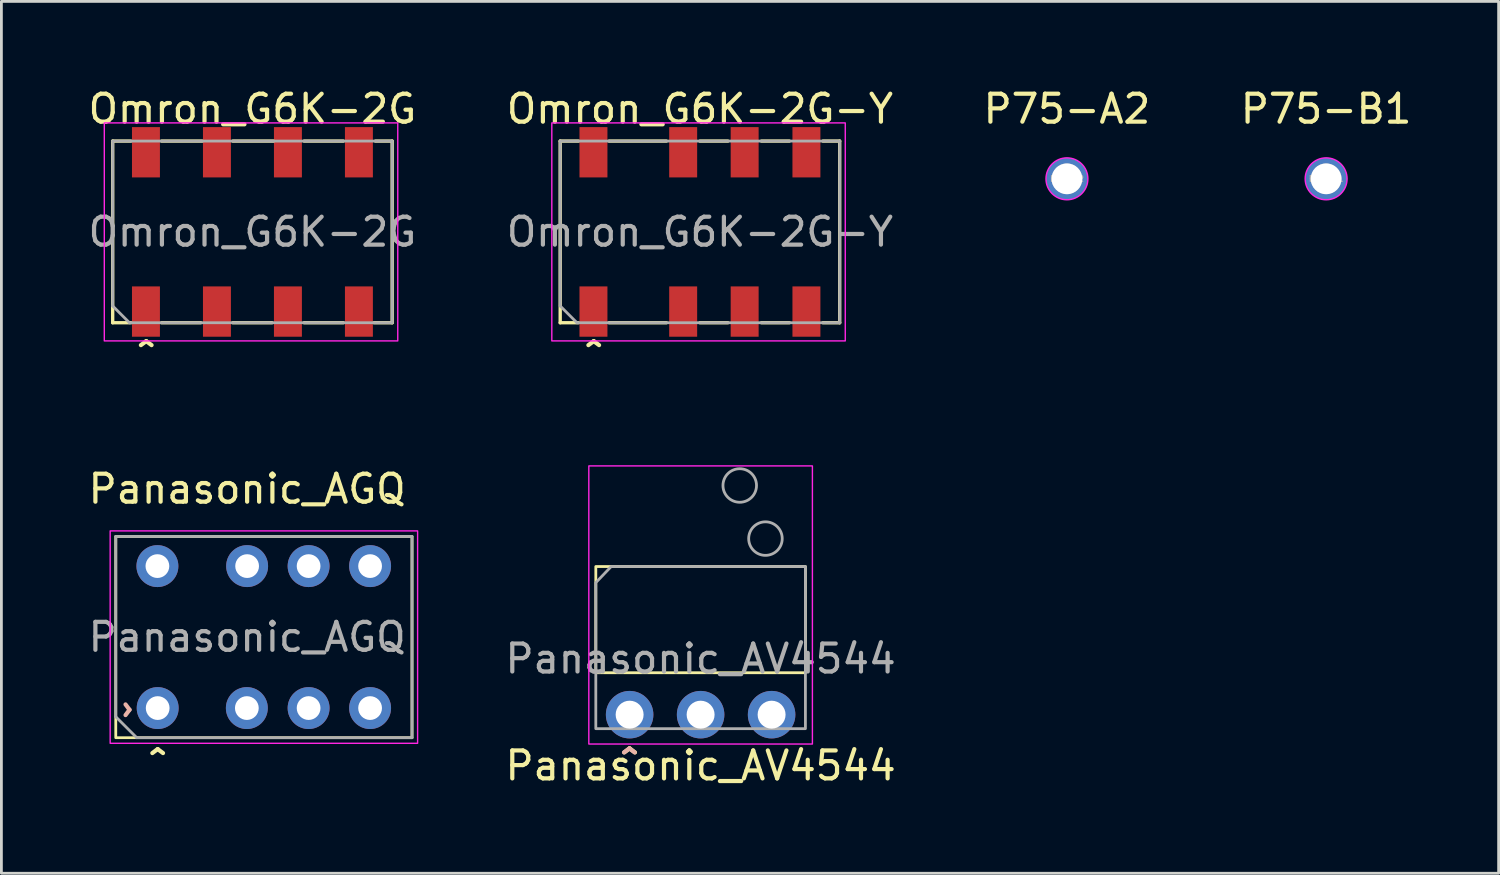
<source format=kicad_pcb>
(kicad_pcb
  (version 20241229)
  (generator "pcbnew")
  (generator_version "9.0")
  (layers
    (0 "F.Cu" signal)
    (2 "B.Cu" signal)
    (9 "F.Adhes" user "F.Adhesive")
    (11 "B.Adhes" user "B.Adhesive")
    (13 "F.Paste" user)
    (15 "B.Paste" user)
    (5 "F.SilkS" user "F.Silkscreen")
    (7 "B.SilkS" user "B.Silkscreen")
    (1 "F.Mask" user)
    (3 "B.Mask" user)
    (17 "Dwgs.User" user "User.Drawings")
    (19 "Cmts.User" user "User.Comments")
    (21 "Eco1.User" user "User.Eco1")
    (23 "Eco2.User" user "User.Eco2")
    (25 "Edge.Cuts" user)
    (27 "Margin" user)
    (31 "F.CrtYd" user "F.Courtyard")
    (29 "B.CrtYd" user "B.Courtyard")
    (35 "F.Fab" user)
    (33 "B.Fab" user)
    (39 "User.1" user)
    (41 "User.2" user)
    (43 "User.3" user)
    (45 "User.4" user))
  (footprint "Omron_G6K-2G"
    (layer "F.Cu")
    (at 5.982 5.248)
    (property "Reference" "Omron_G6K-2G" (at 0 -4.4 0) (unlocked yes) (layer "F.SilkS") (effects (font (size 1 1) (thickness 0.15))))
    (attr smd)
    (fp_line (start -5 -3.25) (end -5 3.25) (stroke (width 0.12) (type solid)) (layer "F.SilkS"))
    (fp_line (start -5 3.25) (end -4.35 3.25) (stroke (width 0.12) (type solid)) (layer "F.SilkS"))
    (fp_line (start -4.35 -3.25) (end -5 -3.25) (stroke (width 0.12) (type solid)) (layer "F.SilkS"))
    (fp_line (start -3.25 3.25) (end -1.85 3.25) (stroke (width 0.12) (type solid)) (layer "F.SilkS"))
    (fp_line (start -1.8 -3.25) (end -3.25 -3.25) (stroke (width 0.12) (type solid)) (layer "F.SilkS"))
    (fp_line (start -0.7 3.25) (end 0.7 3.25) (stroke (width 0.12) (type solid)) (layer "F.SilkS"))
    (fp_line (start 0.75 -3.25) (end -0.7 -3.25) (stroke (width 0.12) (type solid)) (layer "F.SilkS"))
    (fp_line (start 1.85 3.25) (end 3.25 3.25) (stroke (width 0.12) (type solid)) (layer "F.SilkS"))
    (fp_line (start 3.25 -3.25) (end 1.85 -3.25) (stroke (width 0.12) (type solid)) (layer "F.SilkS"))
    (fp_line (start 4.35 3.25) (end 5 3.25) (stroke (width 0.12) (type solid)) (layer "F.SilkS"))
    (fp_line (start 5 -3.25) (end 4.4 -3.25) (stroke (width 0.12) (type solid)) (layer "F.SilkS"))
    (fp_line (start 5 3.25) (end 5 -3.25) (stroke (width 0.12) (type solid)) (layer "F.SilkS"))
    (fp_rect (start -5.3 -3.9) (end 5.2 3.9) (stroke (width 0.05) (type solid)) (fill no) (layer "F.CrtYd"))
    (fp_line (start -5 -3.25) (end 5 -3.25) (stroke (width 0.1) (type solid)) (layer "F.Fab"))
    (fp_line (start -5 2.65) (end -5 -3.25) (stroke (width 0.1) (type solid)) (layer "F.Fab"))
    (fp_line (start -4.4 3.25) (end -5 2.65) (stroke (width 0.1) (type solid)) (layer "F.Fab"))
    (fp_line (start 5 -3.25) (end 5 3.25) (stroke (width 0.1) (type solid)) (layer "F.Fab"))
    (fp_line (start 5 3.25) (end -4.4 3.25) (stroke (width 0.1) (type solid)) (layer "F.Fab"))
    (fp_text user "^" (at -3.8 4.5 0) (unlocked yes) (layer "F.SilkS") (effects (font (size 1 1) (thickness 0.15))))
    (fp_text user "${REFERENCE}" (at 0 0 0) (unlocked yes) (layer "F.Fab") (effects (font (size 1 1) (thickness 0.15))))
    (pad "1" smd rect (at -3.81 2.85) (size 1 1.8) (layers "F.Cu" "F.Mask" "F.Paste"))
    (pad "2" smd rect (at -1.27 2.85) (size 1 1.8) (layers "F.Cu" "F.Mask" "F.Paste"))
    (pad "3" smd rect (at 1.27 2.85) (size 1 1.8) (layers "F.Cu" "F.Mask" "F.Paste"))
    (pad "4" smd rect (at 3.81 2.85) (size 1 1.8) (layers "F.Cu" "F.Mask" "F.Paste"))
    (pad "5" smd rect (at 3.81 -2.85) (size 1 1.8) (layers "F.Cu" "F.Mask" "F.Paste"))
    (pad "6" smd rect (at 1.27 -2.85) (size 1 1.8) (layers "F.Cu" "F.Mask" "F.Paste"))
    (pad "7" smd rect (at -1.27 -2.85) (size 1 1.8) (layers "F.Cu" "F.Mask" "F.Paste"))
    (pad "8" smd rect (at -3.81 -2.85) (size 1 1.8) (layers "F.Cu" "F.Mask" "F.Paste")))
  (footprint "P75-A2"
    (layer "F.Cu")
    (at 35.125 3.348)
    (property "Reference" "P75-A2" (at 0 -2.5 0) (unlocked yes) (layer "F.SilkS") (effects (font (size 1 1) (thickness 0.15))))
    (fp_circle (center 0 0) (end 0 -0.75) (stroke (width 0.05) (type solid)) (fill no) (layer "F.CrtYd"))
    (fp_circle (center 0 0) (end 0 -0.5) (stroke (width 0.1) (type solid)) (fill no) (layer "F.Fab"))
    (fp_text user "${REFERENCE}" (at 0 0 0) (unlocked yes) (layer "F.Fab") (effects (font (size 0.2 0.2) (thickness 0.05))))
    (pad "1" thru_hole circle (at 0 0) (size 1.5 1.5) (drill 1.1) (layers "*.Cu" "*.Mask")))
  (footprint "P75-B1"
    (layer "F.Cu")
    (at 44.399 3.348)
    (property "Reference" "P75-B1" (at 0 -2.5 0) (unlocked yes) (layer "F.SilkS") (effects (font (size 1 1) (thickness 0.15))))
    (fp_circle (center 0 0) (end 0 -0.75) (stroke (width 0.05) (type solid)) (fill no) (layer "F.CrtYd"))
    (fp_circle (center 0 0) (end 0 -0.5) (stroke (width 0.1) (type solid)) (fill no) (layer "F.Fab"))
    (fp_text user "${REFERENCE}" (at 0 0 0) (unlocked yes) (layer "F.Fab") (effects (font (size 0.2 0.2) (thickness 0.05))))
    (pad "1" thru_hole circle (at 0 0) (size 1.5 1.5) (drill 1.1) (layers "*.Cu" "*.Mask")))
  (footprint "Omron_G6K-2G-Y"
    (layer "F.Cu")
    (at 21.994 5.248)
    (property "Reference" "Omron_G6K-2G-Y" (at 0 -4.4 0) (unlocked yes) (layer "F.SilkS") (effects (font (size 1 1) (thickness 0.15))))
    (attr smd)
    (fp_line (start -5 -3.25) (end -5 3.25) (stroke (width 0.12) (type solid)) (layer "F.SilkS"))
    (fp_line (start -5 3.25) (end -4.35 3.25) (stroke (width 0.12) (type solid)) (layer "F.SilkS"))
    (fp_line (start -4.35 -3.25) (end -5 -3.25) (stroke (width 0.12) (type solid)) (layer "F.SilkS"))
    (fp_line (start -3.25 3.25) (end -1.2 3.25) (stroke (width 0.12) (type solid)) (layer "F.SilkS"))
    (fp_line (start -1.2 -3.25) (end -3.25 -3.25) (stroke (width 0.12) (type solid)) (layer "F.SilkS"))
    (fp_line (start 0 3.25) (end 1 3.25) (stroke (width 0.12) (type solid)) (layer "F.SilkS"))
    (fp_line (start 1 -3.25) (end 0 -3.25) (stroke (width 0.12) (type solid)) (layer "F.SilkS"))
    (fp_line (start 2.2 3.25) (end 3.2 3.25) (stroke (width 0.12) (type solid)) (layer "F.SilkS"))
    (fp_line (start 3.2 -3.25) (end 2.2 -3.25) (stroke (width 0.12) (type solid)) (layer "F.SilkS"))
    (fp_line (start 4.4 3.25) (end 5 3.25) (stroke (width 0.12) (type solid)) (layer "F.SilkS"))
    (fp_line (start 5 -3.25) (end 4.4 -3.25) (stroke (width 0.12) (type solid)) (layer "F.SilkS"))
    (fp_line (start 5 3.25) (end 5 -3.25) (stroke (width 0.12) (type solid)) (layer "F.SilkS"))
    (fp_rect (start -5.3 -3.9) (end 5.2 3.9) (stroke (width 0.05) (type solid)) (fill no) (layer "F.CrtYd"))
    (fp_line (start -5 -3.25) (end 5 -3.25) (stroke (width 0.1) (type solid)) (layer "F.Fab"))
    (fp_line (start -5 2.65) (end -5 -3.25) (stroke (width 0.1) (type solid)) (layer "F.Fab"))
    (fp_line (start -4.4 3.25) (end -5 2.65) (stroke (width 0.1) (type solid)) (layer "F.Fab"))
    (fp_line (start 5 -3.25) (end 5 3.25) (stroke (width 0.1) (type solid)) (layer "F.Fab"))
    (fp_line (start 5 3.25) (end -4.4 3.25) (stroke (width 0.1) (type solid)) (layer "F.Fab"))
    (fp_text user "^" (at -3.8 4.5 0) (unlocked yes) (layer "F.SilkS") (effects (font (size 1 1) (thickness 0.15))))
    (fp_text user "${REFERENCE}" (at 0 0 0) (unlocked yes) (layer "F.Fab") (effects (font (size 1 1) (thickness 0.15))))
    (pad "1" smd rect (at -3.81 2.85) (size 1 1.8) (layers "F.Cu" "F.Mask" "F.Paste"))
    (pad "2" smd rect (at -0.6 2.85) (size 1 1.8) (layers "F.Cu" "F.Mask" "F.Paste"))
    (pad "3" smd rect (at 1.6 2.85) (size 1 1.8) (layers "F.Cu" "F.Mask" "F.Paste"))
    (pad "4" smd rect (at 3.81 2.85) (size 1 1.8) (layers "F.Cu" "F.Mask" "F.Paste"))
    (pad "5" smd rect (at 3.81 -2.85) (size 1 1.8) (layers "F.Cu" "F.Mask" "F.Paste"))
    (pad "6" smd rect (at 1.6 -2.85) (size 1 1.8) (layers "F.Cu" "F.Mask" "F.Paste"))
    (pad "7" smd rect (at -0.6 -2.85) (size 1 1.8) (layers "F.Cu" "F.Mask" "F.Paste"))
    (pad "8" smd rect (at -3.81 -2.85) (size 1 1.8) (layers "F.Cu" "F.Mask" "F.Paste")))
  (footprint "Panasonic_AGQ"
    (layer "F.Cu")
    (at 5.792 19.745)
    (property "Reference" "Panasonic_AGQ" (at 0 -5.3 0) (unlocked yes) (layer "F.SilkS") (effects (font (size 1 1) (thickness 0.15))))
    (attr through_hole)
    (fp_rect (start 5.9 3.6) (end -4.7 -3.6) (stroke (width 0.1) (type solid)) (fill no) (layer "F.SilkS"))
    (fp_rect (start -4.9 3.8) (end 6.1 -3.8) (stroke (width 0.05) (type solid)) (fill no) (layer "F.CrtYd"))
    (fp_line (start -4.7 -3.6) (end 5.9 -3.6) (stroke (width 0.1) (type solid)) (layer "F.Fab"))
    (fp_line (start -4.7 2.85) (end -4.7 -3.6) (stroke (width 0.1) (type solid)) (layer "F.Fab"))
    (fp_line (start -3.95 3.6) (end -4.7 2.85) (stroke (width 0.1) (type solid)) (layer "F.Fab"))
    (fp_line (start 5.9 -3.6) (end 5.9 3.6) (stroke (width 0.1) (type solid)) (layer "F.Fab"))
    (fp_line (start 5.9 3.6) (end -3.95 3.6) (stroke (width 0.1) (type solid)) (layer "F.Fab"))
    (fp_text user "^" (at -3.2 4.6 0) (unlocked yes) (layer "F.SilkS") (effects (font (size 1 1) (thickness 0.15))))
    (fp_text user "^" (at -4.8 2.6 270) (unlocked yes) (layer "B.SilkS") (effects (font (size 1 1) (thickness 0.15)) (justify mirror)))
    (fp_text user "${REFERENCE}" (at 0 0 0) (unlocked yes) (layer "F.Fab") (effects (font (size 1 1) (thickness 0.15))))
    (pad "1" thru_hole circle (at -3.2 2.54) (size 1.5 1.5) (drill 0.85) (layers "*.Cu" "*.Mask") (remove_unused_layers yes) (keep_end_layers yes) (zone_layer_connections))
    (pad "2" thru_hole circle (at -0.01 2.54) (size 1.5 1.5) (drill 0.85) (layers "*.Cu" "*.Mask") (remove_unused_layers yes) (keep_end_layers yes) (zone_layer_connections))
    (pad "3" thru_hole circle (at 2.2 2.54) (size 1.5 1.5) (drill 0.85) (layers "*.Cu" "*.Mask") (remove_unused_layers yes) (keep_end_layers yes) (zone_layer_connections))
    (pad "4" thru_hole circle (at 4.4 2.54) (size 1.5 1.5) (drill 0.85) (layers "*.Cu" "*.Mask") (remove_unused_layers yes) (keep_end_layers yes) (zone_layer_connections))
    (pad "5" thru_hole circle (at 4.4 -2.54) (size 1.5 1.5) (drill 0.85) (layers "*.Cu" "*.Mask") (remove_unused_layers yes) (keep_end_layers yes) (zone_layer_connections))
    (pad "6" thru_hole circle (at 2.2 -2.54) (size 1.5 1.5) (drill 0.85) (layers "*.Cu" "*.Mask") (remove_unused_layers yes) (keep_end_layers yes) (zone_layer_connections))
    (pad "7" thru_hole circle (at 0 -2.54) (size 1.5 1.5) (drill 0.85) (layers "*.Cu" "*.Mask") (remove_unused_layers yes) (keep_end_layers yes) (zone_layer_connections))
    (pad "8" thru_hole circle (at -3.21 -2.54) (size 1.5 1.5) (drill 0.85) (layers "*.Cu" "*.Mask") (remove_unused_layers yes) (keep_end_layers yes) (zone_layer_connections)))
  (footprint "Panasonic_AV4544"
    (layer "F.Cu")
    (at 22.018 20.521)
    (property "Reference" "Panasonic_AV4544" (at 0 3.825 0) (layer "F.SilkS") (effects (font (size 1 1) (thickness 0.15))))
    (attr smd)
    (fp_rect (start -3.75 -3.3) (end 3.75 0.5) (stroke (width 0.1) (type default)) (fill no) (layer "F.SilkS"))
    (fp_rect (start -4 -6.9) (end 4 3.05) (stroke (width 0.05) (type solid)) (fill no) (layer "F.CrtYd"))
    (fp_circle (center 1.4 -6.2) (end 2 -6.2) (stroke (width 0.1) (type default)) (fill no) (layer "F.Fab"))
    (fp_circle (center 2.32 -4.3) (end 2.92 -4.3) (stroke (width 0.1) (type default)) (fill no) (layer "F.Fab"))
    (fp_poly (pts (xy -3.75 2.5) (xy 3.75 2.5) (xy 3.75 -3.3) (xy -3.2 -3.3) (xy -3.75 -2.725)) (stroke (width 0.1) (type solid)) (fill no) (layer "F.Fab"))
    (fp_text user "^" (at -2.54 3.8 0) (unlocked yes) (layer "F.SilkS") (effects (font (size 1 1) (thickness 0.15))))
    (fp_text user "^" (at -2.55 3.8 0) (unlocked yes) (layer "B.SilkS") (effects (font (size 1 1) (thickness 0.15)) (justify mirror)))
    (fp_text user "${REFERENCE}" (at 0 0 0) (unlocked yes) (layer "F.Fab") (effects (font (size 1 1) (thickness 0.15))))
    (pad "1" thru_hole circle (at -2.54 2) (size 1.7 1.7) (drill 1) (layers "*.Cu" "*.Mask") (remove_unused_layers yes) (keep_end_layers yes) (zone_layer_connections))
    (pad "2" thru_hole circle (at 0 2) (size 1.7 1.7) (drill 1) (layers "*.Cu" "*.Mask") (remove_unused_layers yes) (keep_end_layers yes) (zone_layer_connections))
    (pad "3" thru_hole circle (at 2.54 2) (size 1.7 1.7) (drill 1) (layers "*.Cu" "*.Mask") (remove_unused_layers yes) (keep_end_layers yes) (zone_layer_connections)))
  (gr_rect
    (start -3 -3)
    (end 50.571 28.195)
    (stroke (width 0.1) (type default))
    (fill no)
    (layer "Edge.Cuts")))
</source>
